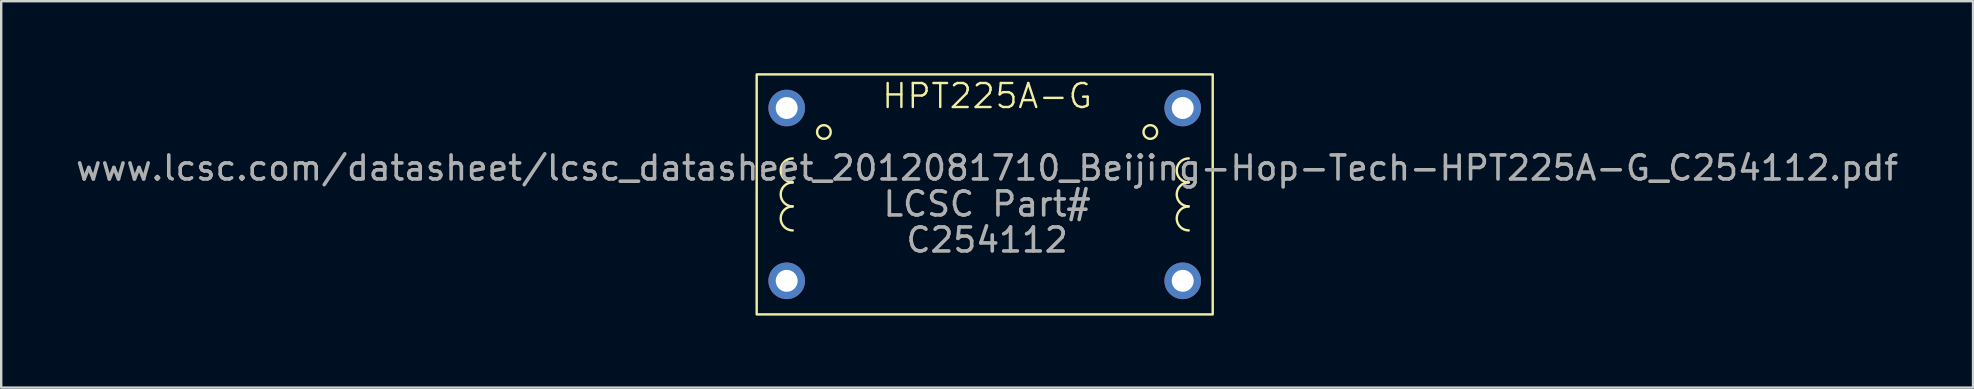
<source format=kicad_pcb>
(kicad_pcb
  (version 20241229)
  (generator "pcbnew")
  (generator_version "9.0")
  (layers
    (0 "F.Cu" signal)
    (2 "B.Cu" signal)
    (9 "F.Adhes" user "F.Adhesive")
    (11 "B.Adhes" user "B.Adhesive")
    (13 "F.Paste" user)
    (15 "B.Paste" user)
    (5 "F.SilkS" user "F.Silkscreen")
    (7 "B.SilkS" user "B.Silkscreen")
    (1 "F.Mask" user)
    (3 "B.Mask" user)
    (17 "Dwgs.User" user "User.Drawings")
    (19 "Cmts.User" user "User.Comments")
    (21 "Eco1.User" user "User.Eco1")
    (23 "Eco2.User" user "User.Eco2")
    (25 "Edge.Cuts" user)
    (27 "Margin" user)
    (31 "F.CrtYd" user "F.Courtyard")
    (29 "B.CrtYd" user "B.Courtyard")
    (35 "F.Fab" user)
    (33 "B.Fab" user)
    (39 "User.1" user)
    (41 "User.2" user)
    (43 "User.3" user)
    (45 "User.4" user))
  (footprint "HPT225A-G"
    (layer "F.Cu")
    (at 38.077 1.45)
    (property "Reference" "HPT225A-G" (at 0 -0.5 0) (unlocked yes) (layer "F.SilkS") (effects (font (size 1 1) (thickness 0.1))))
    (attr through_hole)
    (fp_rect (start -9.6 -1.4) (end 9.4 8.6) (stroke (width 0.1) (type default)) (fill no) (layer "F.SilkS"))
    (fp_arc (start -8.1 4.099999) (mid -8.599999 3.6) (end -8.1 3.100001) (stroke (width 0.1) (type default)) (layer "F.SilkS"))
    (fp_arc (start -8.1 5.1) (mid -8.6 4.6) (end -8.1 4.099999) (stroke (width 0.1) (type default)) (layer "F.SilkS"))
    (fp_arc (start -8.099999 3.100001) (mid -8.6 2.6) (end -8.099999 2.1) (stroke (width 0.1) (type default)) (layer "F.SilkS"))
    (fp_arc (start 8.4 4.099999) (mid 7.900001 3.6) (end 8.4 3.100001) (stroke (width 0.1) (type default)) (layer "F.SilkS"))
    (fp_arc (start 8.4 5.1) (mid 7.9 4.6) (end 8.4 4.099999) (stroke (width 0.1) (type default)) (layer "F.SilkS"))
    (fp_arc (start 8.400001 3.100001) (mid 7.9 2.6) (end 8.400001 2.1) (stroke (width 0.1) (type default)) (layer "F.SilkS"))
    (fp_circle (center -6.8 1) (end -6.516 1) (stroke (width 0.1) (type default)) (fill no) (layer "F.SilkS"))
    (fp_circle (center 6.8 1) (end 7.084 1) (stroke (width 0.1) (type default)) (fill no) (layer "F.SilkS"))
    (fp_text user "LCSC Part#" (at 0 4 0) (unlocked yes) (layer "F.Fab") (effects (font (size 1 1) (thickness 0.15))))
    (fp_text user "www.lcsc.com/datasheet/lcsc_datasheet_2012081710_Beijing-Hop-Tech-HPT225A-G_C254112.pdf" (at 0 2.5 0) (unlocked yes) (layer "F.Fab") (effects (font (size 1 1) (thickness 0.15))))
    (fp_text user "C254112" (at 0 5.5 0) (unlocked yes) (layer "F.Fab") (effects (font (size 1 1) (thickness 0.15))))
    (pad "1" thru_hole circle (at -8.35 0) (size 1.524 1.524) (drill 0.914) (layers "*.Cu" "*.Mask"))
    (pad "2" thru_hole circle (at -8.35 7.2) (size 1.524 1.524) (drill 0.914) (layers "*.Cu" "*.Mask"))
    (pad "3" thru_hole circle (at 8.15 0) (size 1.524 1.524) (drill 0.914) (layers "*.Cu" "*.Mask"))
    (pad "4" thru_hole circle (at 8.15 7.2) (size 1.524 1.524) (drill 0.914) (layers "*.Cu" "*.Mask")))
  (gr_rect
    (start -3 -3)
    (end 79.155 13.1)
    (stroke (width 0.1) (type default))
    (fill no)
    (layer "Edge.Cuts")))
</source>
